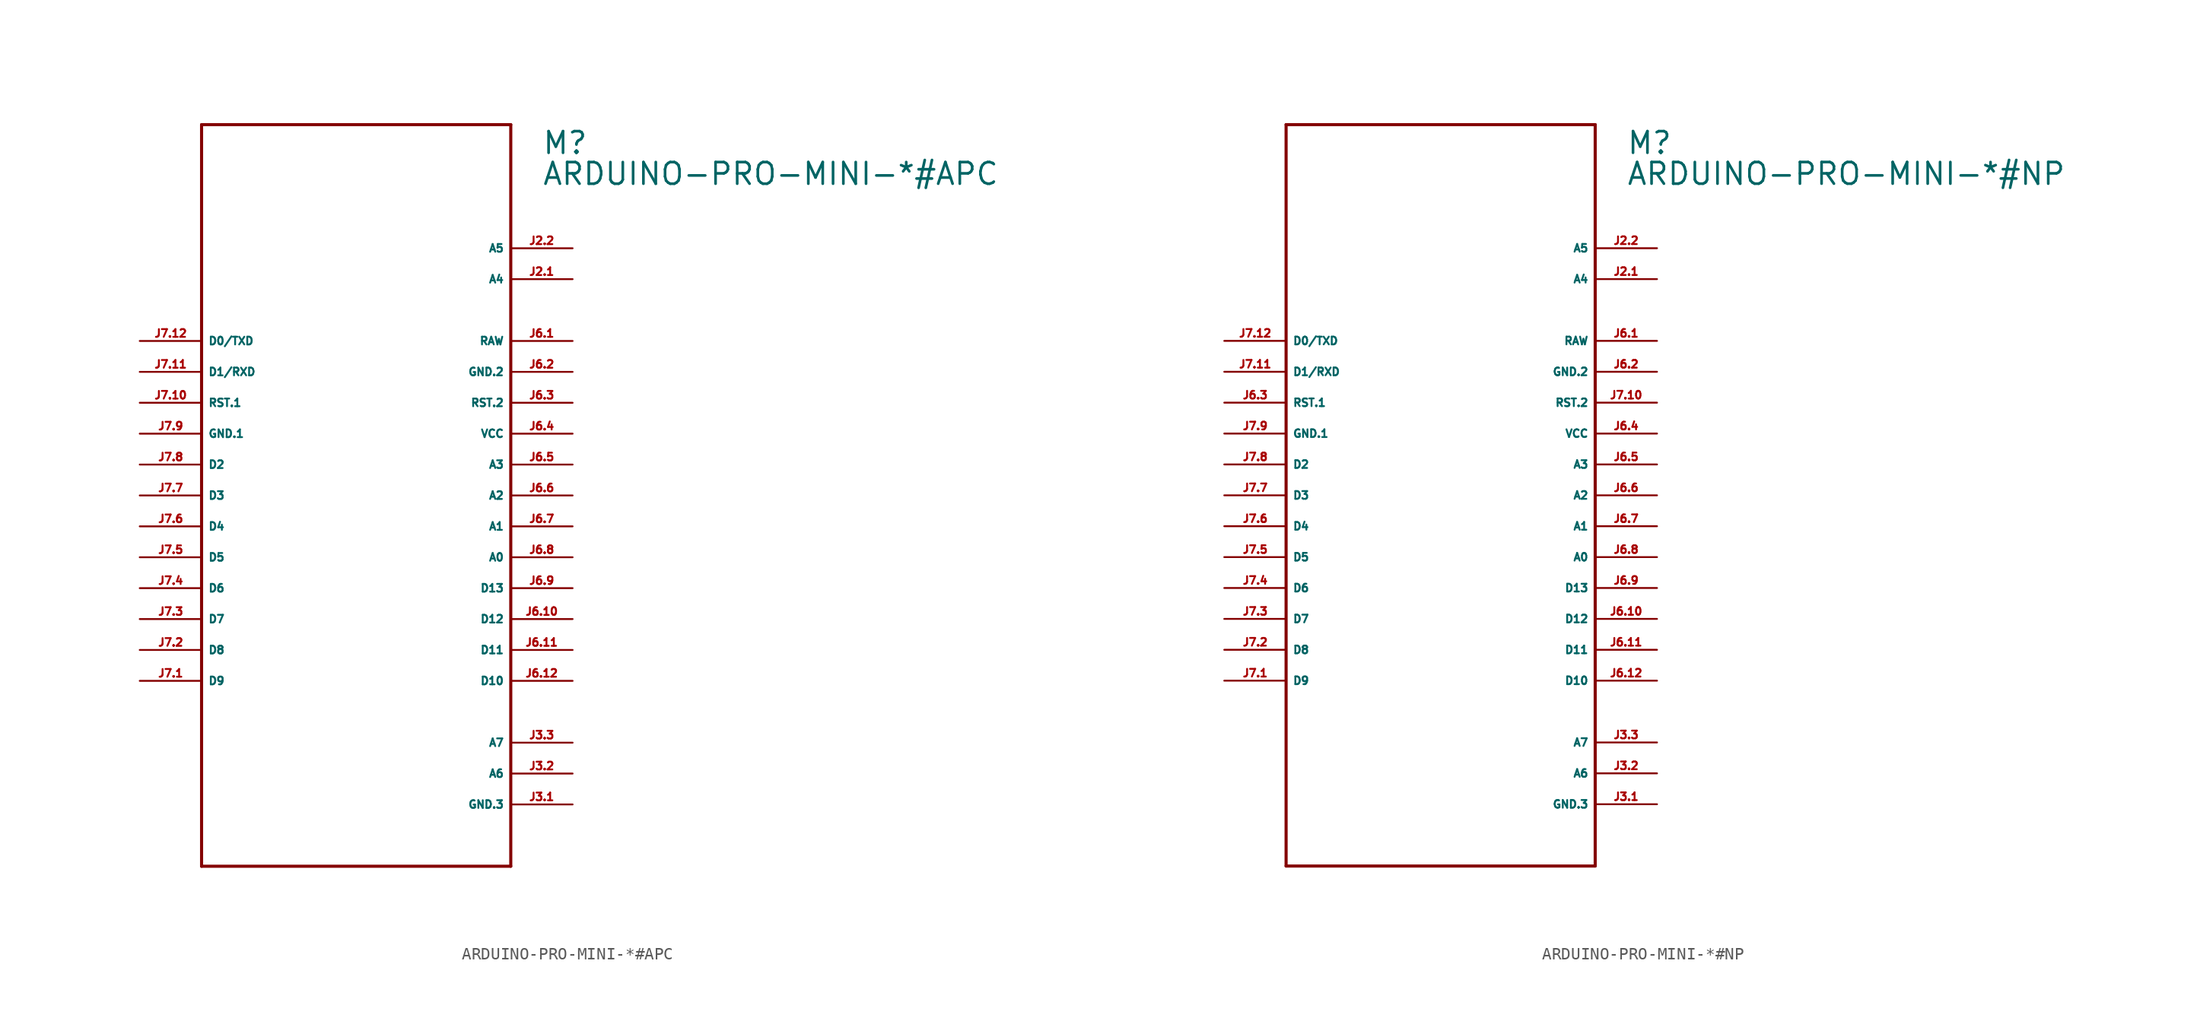
<source format=kicad_sym>
(kicad_symbol_lib
  (version 20220914)
  (generator Eagle2Kicad)
  (symbol "ARDUINO-PRO-MINI-*#APC"
    (property "Reference" "M"
      (at 15.24 27.94 0)
      (effects (font (size 1.778 1.778) (thickness 0.22)) (justify left bottom)))
    (property "Value" "ARDUINO-PRO-MINI-*#APC"
      (at 15.24 25.4 0)
      (effects (font (size 1.778 1.778) (thickness 0.22)) (justify left bottom)))
    (polyline
      (pts (xy -12.7 30.48) (xy 12.7 30.48))
      (stroke (width 0.254) (type default))
      (fill (type none)))
    (polyline
      (pts (xy 12.7 30.48) (xy 12.7 -30.48))
      (stroke (width 0.254) (type default))
      (fill (type none)))
    (polyline
      (pts (xy 12.7 -30.48) (xy -12.7 -30.48))
      (stroke (width 0.254) (type default))
      (fill (type none)))
    (polyline
      (pts (xy -12.7 -30.48) (xy -12.7 30.48))
      (stroke (width 0.254) (type default))
      (fill (type none)))
    (pin bidirectional line
      (at -17.78 12.7 0)
      (length 5.08)
      (name "D0/TXD" (effects (font (size 0.635 0.635) (thickness 0.08)) (justify left bottom)))
      (number "J7.12" (effects (font (size 0.635 0.635) (thickness 0.08)) (justify left bottom))))
    (pin bidirectional line
      (at -17.78 10.16 0)
      (length 5.08)
      (name "D1/RXD" (effects (font (size 0.635 0.635) (thickness 0.08)) (justify left bottom)))
      (number "J7.11" (effects (font (size 0.635 0.635) (thickness 0.08)) (justify left bottom))))
    (pin bidirectional line
      (at -17.78 7.62 0)
      (length 5.08)
      (name "RST.1" (effects (font (size 0.635 0.635) (thickness 0.08)) (justify left bottom)))
      (number "J7.10" (effects (font (size 0.635 0.635) (thickness 0.08)) (justify left bottom))))
    (pin unspecified line
      (at -17.78 5.08 0)
      (length 5.08)
      (name "GND.1" (effects (font (size 0.635 0.635) (thickness 0.08)) (justify left bottom)))
      (number "J7.9" (effects (font (size 0.635 0.635) (thickness 0.08)) (justify left bottom))))
    (pin bidirectional line
      (at -17.78 2.54 0)
      (length 5.08)
      (name "D2" (effects (font (size 0.635 0.635) (thickness 0.08)) (justify left bottom)))
      (number "J7.8" (effects (font (size 0.635 0.635) (thickness 0.08)) (justify left bottom))))
    (pin bidirectional line
      (at -17.78 0 0)
      (length 5.08)
      (name "D3" (effects (font (size 0.635 0.635) (thickness 0.08)) (justify left bottom)))
      (number "J7.7" (effects (font (size 0.635 0.635) (thickness 0.08)) (justify left bottom))))
    (pin bidirectional line
      (at -17.78 -2.54 0)
      (length 5.08)
      (name "D4" (effects (font (size 0.635 0.635) (thickness 0.08)) (justify left bottom)))
      (number "J7.6" (effects (font (size 0.635 0.635) (thickness 0.08)) (justify left bottom))))
    (pin bidirectional line
      (at -17.78 -5.08 0)
      (length 5.08)
      (name "D5" (effects (font (size 0.635 0.635) (thickness 0.08)) (justify left bottom)))
      (number "J7.5" (effects (font (size 0.635 0.635) (thickness 0.08)) (justify left bottom))))
    (pin bidirectional line
      (at -17.78 -7.62 0)
      (length 5.08)
      (name "D6" (effects (font (size 0.635 0.635) (thickness 0.08)) (justify left bottom)))
      (number "J7.4" (effects (font (size 0.635 0.635) (thickness 0.08)) (justify left bottom))))
    (pin bidirectional line
      (at -17.78 -10.16 0)
      (length 5.08)
      (name "D7" (effects (font (size 0.635 0.635) (thickness 0.08)) (justify left bottom)))
      (number "J7.3" (effects (font (size 0.635 0.635) (thickness 0.08)) (justify left bottom))))
    (pin bidirectional line
      (at -17.78 -12.7 0)
      (length 5.08)
      (name "D8" (effects (font (size 0.635 0.635) (thickness 0.08)) (justify left bottom)))
      (number "J7.2" (effects (font (size 0.635 0.635) (thickness 0.08)) (justify left bottom))))
    (pin bidirectional line
      (at -17.78 -15.24 0)
      (length 5.08)
      (name "D9" (effects (font (size 0.635 0.635) (thickness 0.08)) (justify left bottom)))
      (number "J7.1" (effects (font (size 0.635 0.635) (thickness 0.08)) (justify left bottom))))
    (pin unspecified line
      (at 17.78 12.7 180)
      (length 5.08)
      (name "RAW" (effects (font (size 0.635 0.635) (thickness 0.08)) (justify left bottom)))
      (number "J6.1" (effects (font (size 0.635 0.635) (thickness 0.08)) (justify left bottom))))
    (pin unspecified line
      (at 17.78 10.16 180)
      (length 5.08)
      (name "GND.2" (effects (font (size 0.635 0.635) (thickness 0.08)) (justify left bottom)))
      (number "J6.2" (effects (font (size 0.635 0.635) (thickness 0.08)) (justify left bottom))))
    (pin bidirectional line
      (at 17.78 7.62 180)
      (length 5.08)
      (name "RST.2" (effects (font (size 0.635 0.635) (thickness 0.08)) (justify left bottom)))
      (number "J6.3" (effects (font (size 0.635 0.635) (thickness 0.08)) (justify left bottom))))
    (pin unspecified line
      (at 17.78 5.08 180)
      (length 5.08)
      (name "VCC" (effects (font (size 0.635 0.635) (thickness 0.08)) (justify left bottom)))
      (number "J6.4" (effects (font (size 0.635 0.635) (thickness 0.08)) (justify left bottom))))
    (pin bidirectional line
      (at 17.78 2.54 180)
      (length 5.08)
      (name "A3" (effects (font (size 0.635 0.635) (thickness 0.08)) (justify left bottom)))
      (number "J6.5" (effects (font (size 0.635 0.635) (thickness 0.08)) (justify left bottom))))
    (pin bidirectional line
      (at 17.78 0 180)
      (length 5.08)
      (name "A2" (effects (font (size 0.635 0.635) (thickness 0.08)) (justify left bottom)))
      (number "J6.6" (effects (font (size 0.635 0.635) (thickness 0.08)) (justify left bottom))))
    (pin bidirectional line
      (at 17.78 -2.54 180)
      (length 5.08)
      (name "A1" (effects (font (size 0.635 0.635) (thickness 0.08)) (justify left bottom)))
      (number "J6.7" (effects (font (size 0.635 0.635) (thickness 0.08)) (justify left bottom))))
    (pin bidirectional line
      (at 17.78 -5.08 180)
      (length 5.08)
      (name "A0" (effects (font (size 0.635 0.635) (thickness 0.08)) (justify left bottom)))
      (number "J6.8" (effects (font (size 0.635 0.635) (thickness 0.08)) (justify left bottom))))
    (pin bidirectional line
      (at 17.78 -7.62 180)
      (length 5.08)
      (name "D13" (effects (font (size 0.635 0.635) (thickness 0.08)) (justify left bottom)))
      (number "J6.9" (effects (font (size 0.635 0.635) (thickness 0.08)) (justify left bottom))))
    (pin bidirectional line
      (at 17.78 -10.16 180)
      (length 5.08)
      (name "D12" (effects (font (size 0.635 0.635) (thickness 0.08)) (justify left bottom)))
      (number "J6.10" (effects (font (size 0.635 0.635) (thickness 0.08)) (justify left bottom))))
    (pin bidirectional line
      (at 17.78 -12.7 180)
      (length 5.08)
      (name "D11" (effects (font (size 0.635 0.635) (thickness 0.08)) (justify left bottom)))
      (number "J6.11" (effects (font (size 0.635 0.635) (thickness 0.08)) (justify left bottom))))
    (pin bidirectional line
      (at 17.78 -15.24 180)
      (length 5.08)
      (name "D10" (effects (font (size 0.635 0.635) (thickness 0.08)) (justify left bottom)))
      (number "J6.12" (effects (font (size 0.635 0.635) (thickness 0.08)) (justify left bottom))))
    (pin bidirectional line
      (at 17.78 -20.32 180)
      (length 5.08)
      (name "A7" (effects (font (size 0.635 0.635) (thickness 0.08)) (justify left bottom)))
      (number "J3.3" (effects (font (size 0.635 0.635) (thickness 0.08)) (justify left bottom))))
    (pin bidirectional line
      (at 17.78 -22.86 180)
      (length 5.08)
      (name "A6" (effects (font (size 0.635 0.635) (thickness 0.08)) (justify left bottom)))
      (number "J3.2" (effects (font (size 0.635 0.635) (thickness 0.08)) (justify left bottom))))
    (pin bidirectional line
      (at 17.78 -25.4 180)
      (length 5.08)
      (name "GND.3" (effects (font (size 0.635 0.635) (thickness 0.08)) (justify left bottom)))
      (number "J3.1" (effects (font (size 0.635 0.635) (thickness 0.08)) (justify left bottom))))
    (pin bidirectional line
      (at 17.78 17.78 180)
      (length 5.08)
      (name "A4" (effects (font (size 0.635 0.635) (thickness 0.08)) (justify left bottom)))
      (number "J2.1" (effects (font (size 0.635 0.635) (thickness 0.08)) (justify left bottom))))
    (pin bidirectional line
      (at 17.78 20.32 180)
      (length 5.08)
      (name "A5" (effects (font (size 0.635 0.635) (thickness 0.08)) (justify left bottom)))
      (number "J2.2" (effects (font (size 0.635 0.635) (thickness 0.08)) (justify left bottom)))))
  (symbol "ARDUINO-PRO-MINI-*#NP"
    (property "Reference" "M"
      (at 15.24 27.94 0)
      (effects (font (size 1.778 1.778) (thickness 0.22)) (justify left bottom)))
    (property "Value" "ARDUINO-PRO-MINI-*#NP"
      (at 15.24 25.4 0)
      (effects (font (size 1.778 1.778) (thickness 0.22)) (justify left bottom)))
    (polyline
      (pts (xy -12.7 30.48) (xy 12.7 30.48))
      (stroke (width 0.254) (type default))
      (fill (type none)))
    (polyline
      (pts (xy 12.7 30.48) (xy 12.7 -30.48))
      (stroke (width 0.254) (type default))
      (fill (type none)))
    (polyline
      (pts (xy 12.7 -30.48) (xy -12.7 -30.48))
      (stroke (width 0.254) (type default))
      (fill (type none)))
    (polyline
      (pts (xy -12.7 -30.48) (xy -12.7 30.48))
      (stroke (width 0.254) (type default))
      (fill (type none)))
    (pin bidirectional line
      (at -17.78 12.7 0)
      (length 5.08)
      (name "D0/TXD" (effects (font (size 0.635 0.635) (thickness 0.08)) (justify left bottom)))
      (number "J7.12" (effects (font (size 0.635 0.635) (thickness 0.08)) (justify left bottom))))
    (pin bidirectional line
      (at -17.78 10.16 0)
      (length 5.08)
      (name "D1/RXD" (effects (font (size 0.635 0.635) (thickness 0.08)) (justify left bottom)))
      (number "J7.11" (effects (font (size 0.635 0.635) (thickness 0.08)) (justify left bottom))))
    (pin bidirectional line
      (at -17.78 7.62 0)
      (length 5.08)
      (name "RST.1" (effects (font (size 0.635 0.635) (thickness 0.08)) (justify left bottom)))
      (number "J6.3" (effects (font (size 0.635 0.635) (thickness 0.08)) (justify left bottom))))
    (pin unspecified line
      (at -17.78 5.08 0)
      (length 5.08)
      (name "GND.1" (effects (font (size 0.635 0.635) (thickness 0.08)) (justify left bottom)))
      (number "J7.9" (effects (font (size 0.635 0.635) (thickness 0.08)) (justify left bottom))))
    (pin bidirectional line
      (at -17.78 2.54 0)
      (length 5.08)
      (name "D2" (effects (font (size 0.635 0.635) (thickness 0.08)) (justify left bottom)))
      (number "J7.8" (effects (font (size 0.635 0.635) (thickness 0.08)) (justify left bottom))))
    (pin bidirectional line
      (at -17.78 0 0)
      (length 5.08)
      (name "D3" (effects (font (size 0.635 0.635) (thickness 0.08)) (justify left bottom)))
      (number "J7.7" (effects (font (size 0.635 0.635) (thickness 0.08)) (justify left bottom))))
    (pin bidirectional line
      (at -17.78 -2.54 0)
      (length 5.08)
      (name "D4" (effects (font (size 0.635 0.635) (thickness 0.08)) (justify left bottom)))
      (number "J7.6" (effects (font (size 0.635 0.635) (thickness 0.08)) (justify left bottom))))
    (pin bidirectional line
      (at -17.78 -5.08 0)
      (length 5.08)
      (name "D5" (effects (font (size 0.635 0.635) (thickness 0.08)) (justify left bottom)))
      (number "J7.5" (effects (font (size 0.635 0.635) (thickness 0.08)) (justify left bottom))))
    (pin bidirectional line
      (at -17.78 -7.62 0)
      (length 5.08)
      (name "D6" (effects (font (size 0.635 0.635) (thickness 0.08)) (justify left bottom)))
      (number "J7.4" (effects (font (size 0.635 0.635) (thickness 0.08)) (justify left bottom))))
    (pin bidirectional line
      (at -17.78 -10.16 0)
      (length 5.08)
      (name "D7" (effects (font (size 0.635 0.635) (thickness 0.08)) (justify left bottom)))
      (number "J7.3" (effects (font (size 0.635 0.635) (thickness 0.08)) (justify left bottom))))
    (pin bidirectional line
      (at -17.78 -12.7 0)
      (length 5.08)
      (name "D8" (effects (font (size 0.635 0.635) (thickness 0.08)) (justify left bottom)))
      (number "J7.2" (effects (font (size 0.635 0.635) (thickness 0.08)) (justify left bottom))))
    (pin bidirectional line
      (at -17.78 -15.24 0)
      (length 5.08)
      (name "D9" (effects (font (size 0.635 0.635) (thickness 0.08)) (justify left bottom)))
      (number "J7.1" (effects (font (size 0.635 0.635) (thickness 0.08)) (justify left bottom))))
    (pin unspecified line
      (at 17.78 12.7 180)
      (length 5.08)
      (name "RAW" (effects (font (size 0.635 0.635) (thickness 0.08)) (justify left bottom)))
      (number "J6.1" (effects (font (size 0.635 0.635) (thickness 0.08)) (justify left bottom))))
    (pin unspecified line
      (at 17.78 10.16 180)
      (length 5.08)
      (name "GND.2" (effects (font (size 0.635 0.635) (thickness 0.08)) (justify left bottom)))
      (number "J6.2" (effects (font (size 0.635 0.635) (thickness 0.08)) (justify left bottom))))
    (pin bidirectional line
      (at 17.78 7.62 180)
      (length 5.08)
      (name "RST.2" (effects (font (size 0.635 0.635) (thickness 0.08)) (justify left bottom)))
      (number "J7.10" (effects (font (size 0.635 0.635) (thickness 0.08)) (justify left bottom))))
    (pin unspecified line
      (at 17.78 5.08 180)
      (length 5.08)
      (name "VCC" (effects (font (size 0.635 0.635) (thickness 0.08)) (justify left bottom)))
      (number "J6.4" (effects (font (size 0.635 0.635) (thickness 0.08)) (justify left bottom))))
    (pin bidirectional line
      (at 17.78 2.54 180)
      (length 5.08)
      (name "A3" (effects (font (size 0.635 0.635) (thickness 0.08)) (justify left bottom)))
      (number "J6.5" (effects (font (size 0.635 0.635) (thickness 0.08)) (justify left bottom))))
    (pin bidirectional line
      (at 17.78 0 180)
      (length 5.08)
      (name "A2" (effects (font (size 0.635 0.635) (thickness 0.08)) (justify left bottom)))
      (number "J6.6" (effects (font (size 0.635 0.635) (thickness 0.08)) (justify left bottom))))
    (pin bidirectional line
      (at 17.78 -2.54 180)
      (length 5.08)
      (name "A1" (effects (font (size 0.635 0.635) (thickness 0.08)) (justify left bottom)))
      (number "J6.7" (effects (font (size 0.635 0.635) (thickness 0.08)) (justify left bottom))))
    (pin bidirectional line
      (at 17.78 -5.08 180)
      (length 5.08)
      (name "A0" (effects (font (size 0.635 0.635) (thickness 0.08)) (justify left bottom)))
      (number "J6.8" (effects (font (size 0.635 0.635) (thickness 0.08)) (justify left bottom))))
    (pin bidirectional line
      (at 17.78 -7.62 180)
      (length 5.08)
      (name "D13" (effects (font (size 0.635 0.635) (thickness 0.08)) (justify left bottom)))
      (number "J6.9" (effects (font (size 0.635 0.635) (thickness 0.08)) (justify left bottom))))
    (pin bidirectional line
      (at 17.78 -10.16 180)
      (length 5.08)
      (name "D12" (effects (font (size 0.635 0.635) (thickness 0.08)) (justify left bottom)))
      (number "J6.10" (effects (font (size 0.635 0.635) (thickness 0.08)) (justify left bottom))))
    (pin bidirectional line
      (at 17.78 -12.7 180)
      (length 5.08)
      (name "D11" (effects (font (size 0.635 0.635) (thickness 0.08)) (justify left bottom)))
      (number "J6.11" (effects (font (size 0.635 0.635) (thickness 0.08)) (justify left bottom))))
    (pin bidirectional line
      (at 17.78 -15.24 180)
      (length 5.08)
      (name "D10" (effects (font (size 0.635 0.635) (thickness 0.08)) (justify left bottom)))
      (number "J6.12" (effects (font (size 0.635 0.635) (thickness 0.08)) (justify left bottom))))
    (pin bidirectional line
      (at 17.78 -20.32 180)
      (length 5.08)
      (name "A7" (effects (font (size 0.635 0.635) (thickness 0.08)) (justify left bottom)))
      (number "J3.3" (effects (font (size 0.635 0.635) (thickness 0.08)) (justify left bottom))))
    (pin bidirectional line
      (at 17.78 -22.86 180)
      (length 5.08)
      (name "A6" (effects (font (size 0.635 0.635) (thickness 0.08)) (justify left bottom)))
      (number "J3.2" (effects (font (size 0.635 0.635) (thickness 0.08)) (justify left bottom))))
    (pin bidirectional line
      (at 17.78 -25.4 180)
      (length 5.08)
      (name "GND.3" (effects (font (size 0.635 0.635) (thickness 0.08)) (justify left bottom)))
      (number "J3.1" (effects (font (size 0.635 0.635) (thickness 0.08)) (justify left bottom))))
    (pin bidirectional line
      (at 17.78 17.78 180)
      (length 5.08)
      (name "A4" (effects (font (size 0.635 0.635) (thickness 0.08)) (justify left bottom)))
      (number "J2.1" (effects (font (size 0.635 0.635) (thickness 0.08)) (justify left bottom))))
    (pin bidirectional line
      (at 17.78 20.32 180)
      (length 5.08)
      (name "A5" (effects (font (size 0.635 0.635) (thickness 0.08)) (justify left bottom)))
      (number "J2.2" (effects (font (size 0.635 0.635) (thickness 0.08)) (justify left bottom))))))
</source>
